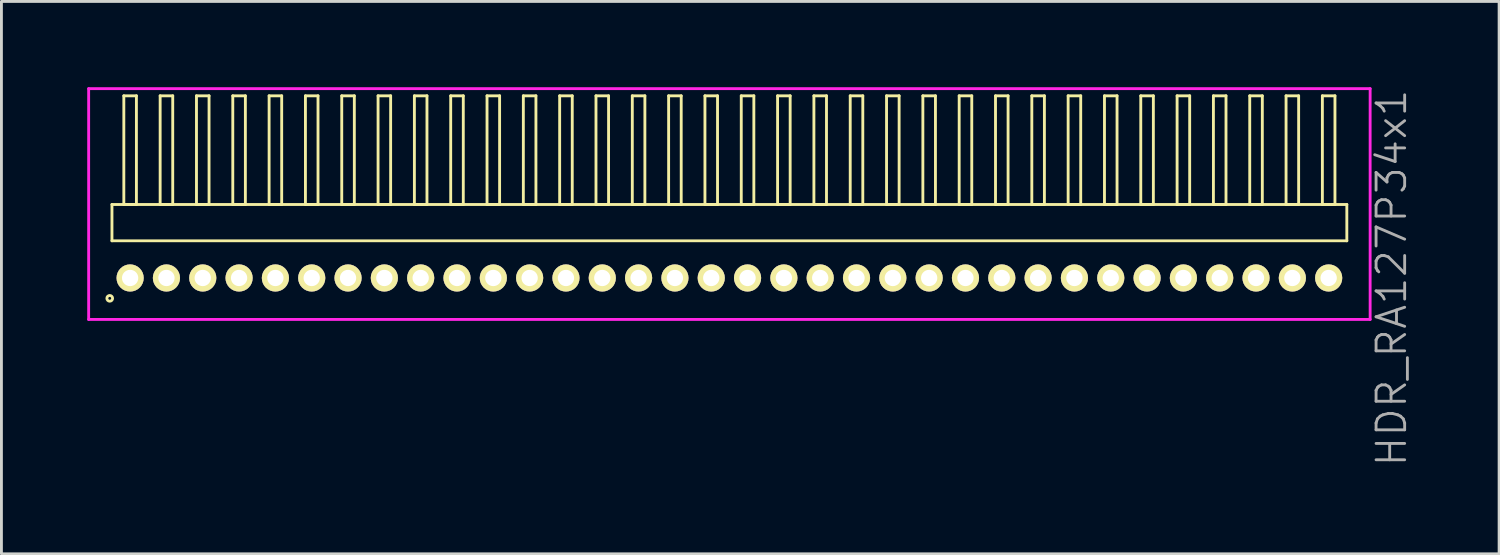
<source format=kicad_pcb>
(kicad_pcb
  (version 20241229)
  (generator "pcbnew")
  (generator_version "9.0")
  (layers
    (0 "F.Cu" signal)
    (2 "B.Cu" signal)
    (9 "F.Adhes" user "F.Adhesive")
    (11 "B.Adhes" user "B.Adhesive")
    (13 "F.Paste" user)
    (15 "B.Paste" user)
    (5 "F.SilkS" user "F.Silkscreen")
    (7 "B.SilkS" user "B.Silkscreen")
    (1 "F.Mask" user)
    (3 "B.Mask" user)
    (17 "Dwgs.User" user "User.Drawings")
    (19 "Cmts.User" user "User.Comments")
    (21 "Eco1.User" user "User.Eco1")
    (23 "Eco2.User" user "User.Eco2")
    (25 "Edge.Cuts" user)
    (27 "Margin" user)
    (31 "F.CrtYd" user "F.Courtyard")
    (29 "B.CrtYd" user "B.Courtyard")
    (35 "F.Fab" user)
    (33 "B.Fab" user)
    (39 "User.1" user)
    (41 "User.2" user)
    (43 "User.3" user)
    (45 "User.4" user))
  (footprint "HDR_RA127P34x1"
    (layer "F.Cu")
    (at 22.455 6.67)
    (property "Reference" "HDR_RA127P34x1" (at 23.155 0 90) (layer "F.Fab") (effects (font (size 1 1) (thickness 0.1))))
    (attr through_hole)
    (fp_line (start -21.59 -2.57) (end -21.59 -1.3) (stroke (width 0.1) (type solid)) (layer "F.SilkS"))
    (fp_line (start -21.59 -1.3) (end 21.59 -1.3) (stroke (width 0.1) (type solid)) (layer "F.SilkS"))
    (fp_line (start -21.175 -6.37) (end -21.175 -2.57) (stroke (width 0.1) (type solid)) (layer "F.SilkS"))
    (fp_line (start -21.175 -2.57) (end -20.735 -2.57) (stroke (width 0.1) (type solid)) (layer "F.SilkS"))
    (fp_line (start -20.735 -6.37) (end -21.175 -6.37) (stroke (width 0.1) (type solid)) (layer "F.SilkS"))
    (fp_line (start -20.735 -2.57) (end -20.735 -6.37) (stroke (width 0.1) (type solid)) (layer "F.SilkS"))
    (fp_line (start -19.905 -6.37) (end -19.905 -2.57) (stroke (width 0.1) (type solid)) (layer "F.SilkS"))
    (fp_line (start -19.905 -2.57) (end -19.465 -2.57) (stroke (width 0.1) (type solid)) (layer "F.SilkS"))
    (fp_line (start -19.465 -6.37) (end -19.905 -6.37) (stroke (width 0.1) (type solid)) (layer "F.SilkS"))
    (fp_line (start -19.465 -2.57) (end -19.465 -6.37) (stroke (width 0.1) (type solid)) (layer "F.SilkS"))
    (fp_line (start -18.635 -6.37) (end -18.635 -2.57) (stroke (width 0.1) (type solid)) (layer "F.SilkS"))
    (fp_line (start -18.635 -2.57) (end -18.195 -2.57) (stroke (width 0.1) (type solid)) (layer "F.SilkS"))
    (fp_line (start -18.195 -6.37) (end -18.635 -6.37) (stroke (width 0.1) (type solid)) (layer "F.SilkS"))
    (fp_line (start -18.195 -2.57) (end -18.195 -6.37) (stroke (width 0.1) (type solid)) (layer "F.SilkS"))
    (fp_line (start -17.365 -6.37) (end -17.365 -2.57) (stroke (width 0.1) (type solid)) (layer "F.SilkS"))
    (fp_line (start -17.365 -2.57) (end -16.925 -2.57) (stroke (width 0.1) (type solid)) (layer "F.SilkS"))
    (fp_line (start -16.925 -6.37) (end -17.365 -6.37) (stroke (width 0.1) (type solid)) (layer "F.SilkS"))
    (fp_line (start -16.925 -2.57) (end -16.925 -6.37) (stroke (width 0.1) (type solid)) (layer "F.SilkS"))
    (fp_line (start -16.095 -6.37) (end -16.095 -2.57) (stroke (width 0.1) (type solid)) (layer "F.SilkS"))
    (fp_line (start -16.095 -2.57) (end -15.655 -2.57) (stroke (width 0.1) (type solid)) (layer "F.SilkS"))
    (fp_line (start -15.655 -6.37) (end -16.095 -6.37) (stroke (width 0.1) (type solid)) (layer "F.SilkS"))
    (fp_line (start -15.655 -2.57) (end -15.655 -6.37) (stroke (width 0.1) (type solid)) (layer "F.SilkS"))
    (fp_line (start -14.825 -6.37) (end -14.825 -2.57) (stroke (width 0.1) (type solid)) (layer "F.SilkS"))
    (fp_line (start -14.825 -2.57) (end -14.385 -2.57) (stroke (width 0.1) (type solid)) (layer "F.SilkS"))
    (fp_line (start -14.385 -6.37) (end -14.825 -6.37) (stroke (width 0.1) (type solid)) (layer "F.SilkS"))
    (fp_line (start -14.385 -2.57) (end -14.385 -6.37) (stroke (width 0.1) (type solid)) (layer "F.SilkS"))
    (fp_line (start -13.555 -6.37) (end -13.555 -2.57) (stroke (width 0.1) (type solid)) (layer "F.SilkS"))
    (fp_line (start -13.555 -2.57) (end -13.115 -2.57) (stroke (width 0.1) (type solid)) (layer "F.SilkS"))
    (fp_line (start -13.115 -6.37) (end -13.555 -6.37) (stroke (width 0.1) (type solid)) (layer "F.SilkS"))
    (fp_line (start -13.115 -2.57) (end -13.115 -6.37) (stroke (width 0.1) (type solid)) (layer "F.SilkS"))
    (fp_line (start -12.285 -6.37) (end -12.285 -2.57) (stroke (width 0.1) (type solid)) (layer "F.SilkS"))
    (fp_line (start -12.285 -2.57) (end -11.845 -2.57) (stroke (width 0.1) (type solid)) (layer "F.SilkS"))
    (fp_line (start -11.845 -6.37) (end -12.285 -6.37) (stroke (width 0.1) (type solid)) (layer "F.SilkS"))
    (fp_line (start -11.845 -2.57) (end -11.845 -6.37) (stroke (width 0.1) (type solid)) (layer "F.SilkS"))
    (fp_line (start -11.015 -6.37) (end -11.015 -2.57) (stroke (width 0.1) (type solid)) (layer "F.SilkS"))
    (fp_line (start -11.015 -2.57) (end -10.575 -2.57) (stroke (width 0.1) (type solid)) (layer "F.SilkS"))
    (fp_line (start -10.575 -6.37) (end -11.015 -6.37) (stroke (width 0.1) (type solid)) (layer "F.SilkS"))
    (fp_line (start -10.575 -2.57) (end -10.575 -6.37) (stroke (width 0.1) (type solid)) (layer "F.SilkS"))
    (fp_line (start -9.745 -6.37) (end -9.745 -2.57) (stroke (width 0.1) (type solid)) (layer "F.SilkS"))
    (fp_line (start -9.745 -2.57) (end -9.305 -2.57) (stroke (width 0.1) (type solid)) (layer "F.SilkS"))
    (fp_line (start -9.305 -6.37) (end -9.745 -6.37) (stroke (width 0.1) (type solid)) (layer "F.SilkS"))
    (fp_line (start -9.305 -2.57) (end -9.305 -6.37) (stroke (width 0.1) (type solid)) (layer "F.SilkS"))
    (fp_line (start -8.475 -6.37) (end -8.475 -2.57) (stroke (width 0.1) (type solid)) (layer "F.SilkS"))
    (fp_line (start -8.475 -2.57) (end -8.035 -2.57) (stroke (width 0.1) (type solid)) (layer "F.SilkS"))
    (fp_line (start -8.035 -6.37) (end -8.475 -6.37) (stroke (width 0.1) (type solid)) (layer "F.SilkS"))
    (fp_line (start -8.035 -2.57) (end -8.035 -6.37) (stroke (width 0.1) (type solid)) (layer "F.SilkS"))
    (fp_line (start -7.205 -6.37) (end -7.205 -2.57) (stroke (width 0.1) (type solid)) (layer "F.SilkS"))
    (fp_line (start -7.205 -2.57) (end -6.765 -2.57) (stroke (width 0.1) (type solid)) (layer "F.SilkS"))
    (fp_line (start -6.765 -6.37) (end -7.205 -6.37) (stroke (width 0.1) (type solid)) (layer "F.SilkS"))
    (fp_line (start -6.765 -2.57) (end -6.765 -6.37) (stroke (width 0.1) (type solid)) (layer "F.SilkS"))
    (fp_line (start -5.935 -6.37) (end -5.935 -2.57) (stroke (width 0.1) (type solid)) (layer "F.SilkS"))
    (fp_line (start -5.935 -2.57) (end -5.495 -2.57) (stroke (width 0.1) (type solid)) (layer "F.SilkS"))
    (fp_line (start -5.495 -6.37) (end -5.935 -6.37) (stroke (width 0.1) (type solid)) (layer "F.SilkS"))
    (fp_line (start -5.495 -2.57) (end -5.495 -6.37) (stroke (width 0.1) (type solid)) (layer "F.SilkS"))
    (fp_line (start -4.665 -6.37) (end -4.665 -2.57) (stroke (width 0.1) (type solid)) (layer "F.SilkS"))
    (fp_line (start -4.665 -2.57) (end -4.225 -2.57) (stroke (width 0.1) (type solid)) (layer "F.SilkS"))
    (fp_line (start -4.225 -6.37) (end -4.665 -6.37) (stroke (width 0.1) (type solid)) (layer "F.SilkS"))
    (fp_line (start -4.225 -2.57) (end -4.225 -6.37) (stroke (width 0.1) (type solid)) (layer "F.SilkS"))
    (fp_line (start -3.395 -6.37) (end -3.395 -2.57) (stroke (width 0.1) (type solid)) (layer "F.SilkS"))
    (fp_line (start -3.395 -2.57) (end -2.955 -2.57) (stroke (width 0.1) (type solid)) (layer "F.SilkS"))
    (fp_line (start -2.955 -6.37) (end -3.395 -6.37) (stroke (width 0.1) (type solid)) (layer "F.SilkS"))
    (fp_line (start -2.955 -2.57) (end -2.955 -6.37) (stroke (width 0.1) (type solid)) (layer "F.SilkS"))
    (fp_line (start -2.125 -6.37) (end -2.125 -2.57) (stroke (width 0.1) (type solid)) (layer "F.SilkS"))
    (fp_line (start -2.125 -2.57) (end -1.685 -2.57) (stroke (width 0.1) (type solid)) (layer "F.SilkS"))
    (fp_line (start -1.685 -6.37) (end -2.125 -6.37) (stroke (width 0.1) (type solid)) (layer "F.SilkS"))
    (fp_line (start -1.685 -2.57) (end -1.685 -6.37) (stroke (width 0.1) (type solid)) (layer "F.SilkS"))
    (fp_line (start -0.855 -6.37) (end -0.855 -2.57) (stroke (width 0.1) (type solid)) (layer "F.SilkS"))
    (fp_line (start -0.855 -2.57) (end -0.415 -2.57) (stroke (width 0.1) (type solid)) (layer "F.SilkS"))
    (fp_line (start -0.415 -6.37) (end -0.855 -6.37) (stroke (width 0.1) (type solid)) (layer "F.SilkS"))
    (fp_line (start -0.415 -2.57) (end -0.415 -6.37) (stroke (width 0.1) (type solid)) (layer "F.SilkS"))
    (fp_line (start 0.415 -6.37) (end 0.415 -2.57) (stroke (width 0.1) (type solid)) (layer "F.SilkS"))
    (fp_line (start 0.415 -2.57) (end 0.855 -2.57) (stroke (width 0.1) (type solid)) (layer "F.SilkS"))
    (fp_line (start 0.855 -6.37) (end 0.415 -6.37) (stroke (width 0.1) (type solid)) (layer "F.SilkS"))
    (fp_line (start 0.855 -2.57) (end 0.855 -6.37) (stroke (width 0.1) (type solid)) (layer "F.SilkS"))
    (fp_line (start 1.685 -6.37) (end 1.685 -2.57) (stroke (width 0.1) (type solid)) (layer "F.SilkS"))
    (fp_line (start 1.685 -2.57) (end 2.125 -2.57) (stroke (width 0.1) (type solid)) (layer "F.SilkS"))
    (fp_line (start 2.125 -6.37) (end 1.685 -6.37) (stroke (width 0.1) (type solid)) (layer "F.SilkS"))
    (fp_line (start 2.125 -2.57) (end 2.125 -6.37) (stroke (width 0.1) (type solid)) (layer "F.SilkS"))
    (fp_line (start 2.955 -6.37) (end 2.955 -2.57) (stroke (width 0.1) (type solid)) (layer "F.SilkS"))
    (fp_line (start 2.955 -2.57) (end 3.395 -2.57) (stroke (width 0.1) (type solid)) (layer "F.SilkS"))
    (fp_line (start 3.395 -6.37) (end 2.955 -6.37) (stroke (width 0.1) (type solid)) (layer "F.SilkS"))
    (fp_line (start 3.395 -2.57) (end 3.395 -6.37) (stroke (width 0.1) (type solid)) (layer "F.SilkS"))
    (fp_line (start 4.225 -6.37) (end 4.225 -2.57) (stroke (width 0.1) (type solid)) (layer "F.SilkS"))
    (fp_line (start 4.225 -2.57) (end 4.665 -2.57) (stroke (width 0.1) (type solid)) (layer "F.SilkS"))
    (fp_line (start 4.665 -6.37) (end 4.225 -6.37) (stroke (width 0.1) (type solid)) (layer "F.SilkS"))
    (fp_line (start 4.665 -2.57) (end 4.665 -6.37) (stroke (width 0.1) (type solid)) (layer "F.SilkS"))
    (fp_line (start 5.495 -6.37) (end 5.495 -2.57) (stroke (width 0.1) (type solid)) (layer "F.SilkS"))
    (fp_line (start 5.495 -2.57) (end 5.935 -2.57) (stroke (width 0.1) (type solid)) (layer "F.SilkS"))
    (fp_line (start 5.935 -6.37) (end 5.495 -6.37) (stroke (width 0.1) (type solid)) (layer "F.SilkS"))
    (fp_line (start 5.935 -2.57) (end 5.935 -6.37) (stroke (width 0.1) (type solid)) (layer "F.SilkS"))
    (fp_line (start 6.765 -6.37) (end 6.765 -2.57) (stroke (width 0.1) (type solid)) (layer "F.SilkS"))
    (fp_line (start 6.765 -2.57) (end 7.205 -2.57) (stroke (width 0.1) (type solid)) (layer "F.SilkS"))
    (fp_line (start 7.205 -6.37) (end 6.765 -6.37) (stroke (width 0.1) (type solid)) (layer "F.SilkS"))
    (fp_line (start 7.205 -2.57) (end 7.205 -6.37) (stroke (width 0.1) (type solid)) (layer "F.SilkS"))
    (fp_line (start 8.035 -6.37) (end 8.035 -2.57) (stroke (width 0.1) (type solid)) (layer "F.SilkS"))
    (fp_line (start 8.035 -2.57) (end 8.475 -2.57) (stroke (width 0.1) (type solid)) (layer "F.SilkS"))
    (fp_line (start 8.475 -6.37) (end 8.035 -6.37) (stroke (width 0.1) (type solid)) (layer "F.SilkS"))
    (fp_line (start 8.475 -2.57) (end 8.475 -6.37) (stroke (width 0.1) (type solid)) (layer "F.SilkS"))
    (fp_line (start 9.305 -6.37) (end 9.305 -2.57) (stroke (width 0.1) (type solid)) (layer "F.SilkS"))
    (fp_line (start 9.305 -2.57) (end 9.745 -2.57) (stroke (width 0.1) (type solid)) (layer "F.SilkS"))
    (fp_line (start 9.745 -6.37) (end 9.305 -6.37) (stroke (width 0.1) (type solid)) (layer "F.SilkS"))
    (fp_line (start 9.745 -2.57) (end 9.745 -6.37) (stroke (width 0.1) (type solid)) (layer "F.SilkS"))
    (fp_line (start 10.575 -6.37) (end 10.575 -2.57) (stroke (width 0.1) (type solid)) (layer "F.SilkS"))
    (fp_line (start 10.575 -2.57) (end 11.015 -2.57) (stroke (width 0.1) (type solid)) (layer "F.SilkS"))
    (fp_line (start 11.015 -6.37) (end 10.575 -6.37) (stroke (width 0.1) (type solid)) (layer "F.SilkS"))
    (fp_line (start 11.015 -2.57) (end 11.015 -6.37) (stroke (width 0.1) (type solid)) (layer "F.SilkS"))
    (fp_line (start 11.845 -6.37) (end 11.845 -2.57) (stroke (width 0.1) (type solid)) (layer "F.SilkS"))
    (fp_line (start 11.845 -2.57) (end 12.285 -2.57) (stroke (width 0.1) (type solid)) (layer "F.SilkS"))
    (fp_line (start 12.285 -6.37) (end 11.845 -6.37) (stroke (width 0.1) (type solid)) (layer "F.SilkS"))
    (fp_line (start 12.285 -2.57) (end 12.285 -6.37) (stroke (width 0.1) (type solid)) (layer "F.SilkS"))
    (fp_line (start 13.115 -6.37) (end 13.115 -2.57) (stroke (width 0.1) (type solid)) (layer "F.SilkS"))
    (fp_line (start 13.115 -2.57) (end 13.555 -2.57) (stroke (width 0.1) (type solid)) (layer "F.SilkS"))
    (fp_line (start 13.555 -6.37) (end 13.115 -6.37) (stroke (width 0.1) (type solid)) (layer "F.SilkS"))
    (fp_line (start 13.555 -2.57) (end 13.555 -6.37) (stroke (width 0.1) (type solid)) (layer "F.SilkS"))
    (fp_line (start 14.385 -6.37) (end 14.385 -2.57) (stroke (width 0.1) (type solid)) (layer "F.SilkS"))
    (fp_line (start 14.385 -2.57) (end 14.825 -2.57) (stroke (width 0.1) (type solid)) (layer "F.SilkS"))
    (fp_line (start 14.825 -6.37) (end 14.385 -6.37) (stroke (width 0.1) (type solid)) (layer "F.SilkS"))
    (fp_line (start 14.825 -2.57) (end 14.825 -6.37) (stroke (width 0.1) (type solid)) (layer "F.SilkS"))
    (fp_line (start 15.655 -6.37) (end 15.655 -2.57) (stroke (width 0.1) (type solid)) (layer "F.SilkS"))
    (fp_line (start 15.655 -2.57) (end 16.095 -2.57) (stroke (width 0.1) (type solid)) (layer "F.SilkS"))
    (fp_line (start 16.095 -6.37) (end 15.655 -6.37) (stroke (width 0.1) (type solid)) (layer "F.SilkS"))
    (fp_line (start 16.095 -2.57) (end 16.095 -6.37) (stroke (width 0.1) (type solid)) (layer "F.SilkS"))
    (fp_line (start 16.925 -6.37) (end 16.925 -2.57) (stroke (width 0.1) (type solid)) (layer "F.SilkS"))
    (fp_line (start 16.925 -2.57) (end 17.365 -2.57) (stroke (width 0.1) (type solid)) (layer "F.SilkS"))
    (fp_line (start 17.365 -6.37) (end 16.925 -6.37) (stroke (width 0.1) (type solid)) (layer "F.SilkS"))
    (fp_line (start 17.365 -2.57) (end 17.365 -6.37) (stroke (width 0.1) (type solid)) (layer "F.SilkS"))
    (fp_line (start 18.195 -6.37) (end 18.195 -2.57) (stroke (width 0.1) (type solid)) (layer "F.SilkS"))
    (fp_line (start 18.195 -2.57) (end 18.635 -2.57) (stroke (width 0.1) (type solid)) (layer "F.SilkS"))
    (fp_line (start 18.635 -6.37) (end 18.195 -6.37) (stroke (width 0.1) (type solid)) (layer "F.SilkS"))
    (fp_line (start 18.635 -2.57) (end 18.635 -6.37) (stroke (width 0.1) (type solid)) (layer "F.SilkS"))
    (fp_line (start 19.465 -6.37) (end 19.465 -2.57) (stroke (width 0.1) (type solid)) (layer "F.SilkS"))
    (fp_line (start 19.465 -2.57) (end 19.905 -2.57) (stroke (width 0.1) (type solid)) (layer "F.SilkS"))
    (fp_line (start 19.905 -6.37) (end 19.465 -6.37) (stroke (width 0.1) (type solid)) (layer "F.SilkS"))
    (fp_line (start 19.905 -2.57) (end 19.905 -6.37) (stroke (width 0.1) (type solid)) (layer "F.SilkS"))
    (fp_line (start 20.735 -6.37) (end 20.735 -2.57) (stroke (width 0.1) (type solid)) (layer "F.SilkS"))
    (fp_line (start 20.735 -2.57) (end 21.175 -2.57) (stroke (width 0.1) (type solid)) (layer "F.SilkS"))
    (fp_line (start 21.175 -6.37) (end 20.735 -6.37) (stroke (width 0.1) (type solid)) (layer "F.SilkS"))
    (fp_line (start 21.175 -2.57) (end 21.175 -6.37) (stroke (width 0.1) (type solid)) (layer "F.SilkS"))
    (fp_line (start 21.59 -2.57) (end -21.59 -2.57) (stroke (width 0.1) (type solid)) (layer "F.SilkS"))
    (fp_line (start 21.59 -1.3) (end 21.59 -2.57) (stroke (width 0.1) (type solid)) (layer "F.SilkS"))
    (fp_circle (center -21.668 0.712) (end -21.568 0.712) (stroke (width 0.1) (type solid)) (fill no) (layer "F.SilkS"))
    (fp_line (start -22.405 -6.62) (end -22.405 1.45) (stroke (width 0.1) (type solid)) (layer "F.CrtYd"))
    (fp_line (start -22.405 1.45) (end 22.405 1.45) (stroke (width 0.1) (type solid)) (layer "F.CrtYd"))
    (fp_line (start 22.405 -6.62) (end -22.405 -6.62) (stroke (width 0.1) (type solid)) (layer "F.CrtYd"))
    (fp_line (start 22.405 1.45) (end 22.405 -6.62) (stroke (width 0.1) (type solid)) (layer "F.CrtYd"))
    (pad "1" thru_hole oval (at -20.955 0) (size 0.95 0.95) (drill 0.57) (layers "*.Cu" "*.Mask" "F.SilkS"))
    (pad "2" thru_hole oval (at -19.685 0) (size 0.95 0.95) (drill 0.57) (layers "*.Cu" "*.Mask" "F.SilkS"))
    (pad "3" thru_hole oval (at -18.415 0) (size 0.95 0.95) (drill 0.57) (layers "*.Cu" "*.Mask" "F.SilkS"))
    (pad "4" thru_hole oval (at -17.145 0) (size 0.95 0.95) (drill 0.57) (layers "*.Cu" "*.Mask" "F.SilkS"))
    (pad "5" thru_hole oval (at -15.875 0) (size 0.95 0.95) (drill 0.57) (layers "*.Cu" "*.Mask" "F.SilkS"))
    (pad "6" thru_hole oval (at -14.605 0) (size 0.95 0.95) (drill 0.57) (layers "*.Cu" "*.Mask" "F.SilkS"))
    (pad "7" thru_hole oval (at -13.335 0) (size 0.95 0.95) (drill 0.57) (layers "*.Cu" "*.Mask" "F.SilkS"))
    (pad "8" thru_hole oval (at -12.065 0) (size 0.95 0.95) (drill 0.57) (layers "*.Cu" "*.Mask" "F.SilkS"))
    (pad "9" thru_hole oval (at -10.795 0) (size 0.95 0.95) (drill 0.57) (layers "*.Cu" "*.Mask" "F.SilkS"))
    (pad "10" thru_hole oval (at -9.525 0) (size 0.95 0.95) (drill 0.57) (layers "*.Cu" "*.Mask" "F.SilkS"))
    (pad "11" thru_hole oval (at -8.255 0) (size 0.95 0.95) (drill 0.57) (layers "*.Cu" "*.Mask" "F.SilkS"))
    (pad "12" thru_hole oval (at -6.985 0) (size 0.95 0.95) (drill 0.57) (layers "*.Cu" "*.Mask" "F.SilkS"))
    (pad "13" thru_hole oval (at -5.715 0) (size 0.95 0.95) (drill 0.57) (layers "*.Cu" "*.Mask" "F.SilkS"))
    (pad "14" thru_hole oval (at -4.445 0) (size 0.95 0.95) (drill 0.57) (layers "*.Cu" "*.Mask" "F.SilkS"))
    (pad "15" thru_hole oval (at -3.175 0) (size 0.95 0.95) (drill 0.57) (layers "*.Cu" "*.Mask" "F.SilkS"))
    (pad "16" thru_hole oval (at -1.905 0) (size 0.95 0.95) (drill 0.57) (layers "*.Cu" "*.Mask" "F.SilkS"))
    (pad "17" thru_hole oval (at -0.635 0) (size 0.95 0.95) (drill 0.57) (layers "*.Cu" "*.Mask" "F.SilkS"))
    (pad "18" thru_hole oval (at 0.635 0) (size 0.95 0.95) (drill 0.57) (layers "*.Cu" "*.Mask" "F.SilkS"))
    (pad "19" thru_hole oval (at 1.905 0) (size 0.95 0.95) (drill 0.57) (layers "*.Cu" "*.Mask" "F.SilkS"))
    (pad "20" thru_hole oval (at 3.175 0) (size 0.95 0.95) (drill 0.57) (layers "*.Cu" "*.Mask" "F.SilkS"))
    (pad "21" thru_hole oval (at 4.445 0) (size 0.95 0.95) (drill 0.57) (layers "*.Cu" "*.Mask" "F.SilkS"))
    (pad "22" thru_hole oval (at 5.715 0) (size 0.95 0.95) (drill 0.57) (layers "*.Cu" "*.Mask" "F.SilkS"))
    (pad "23" thru_hole oval (at 6.985 0) (size 0.95 0.95) (drill 0.57) (layers "*.Cu" "*.Mask" "F.SilkS"))
    (pad "24" thru_hole oval (at 8.255 0) (size 0.95 0.95) (drill 0.57) (layers "*.Cu" "*.Mask" "F.SilkS"))
    (pad "25" thru_hole oval (at 9.525 0) (size 0.95 0.95) (drill 0.57) (layers "*.Cu" "*.Mask" "F.SilkS"))
    (pad "26" thru_hole oval (at 10.795 0) (size 0.95 0.95) (drill 0.57) (layers "*.Cu" "*.Mask" "F.SilkS"))
    (pad "27" thru_hole oval (at 12.065 0) (size 0.95 0.95) (drill 0.57) (layers "*.Cu" "*.Mask" "F.SilkS"))
    (pad "28" thru_hole oval (at 13.335 0) (size 0.95 0.95) (drill 0.57) (layers "*.Cu" "*.Mask" "F.SilkS"))
    (pad "29" thru_hole oval (at 14.605 0) (size 0.95 0.95) (drill 0.57) (layers "*.Cu" "*.Mask" "F.SilkS"))
    (pad "30" thru_hole oval (at 15.875 0) (size 0.95 0.95) (drill 0.57) (layers "*.Cu" "*.Mask" "F.SilkS"))
    (pad "31" thru_hole oval (at 17.145 0) (size 0.95 0.95) (drill 0.57) (layers "*.Cu" "*.Mask" "F.SilkS"))
    (pad "32" thru_hole oval (at 18.415 0) (size 0.95 0.95) (drill 0.57) (layers "*.Cu" "*.Mask" "F.SilkS"))
    (pad "33" thru_hole oval (at 19.685 0) (size 0.95 0.95) (drill 0.57) (layers "*.Cu" "*.Mask" "F.SilkS"))
    (pad "34" thru_hole oval (at 20.955 0) (size 0.95 0.95) (drill 0.57) (layers "*.Cu" "*.Mask" "F.SilkS")))
  (gr_rect
    (start -3 -3)
    (end 49.37 16.315)
    (stroke (width 0.1) (type default))
    (fill no)
    (layer "Edge.Cuts")))
</source>
